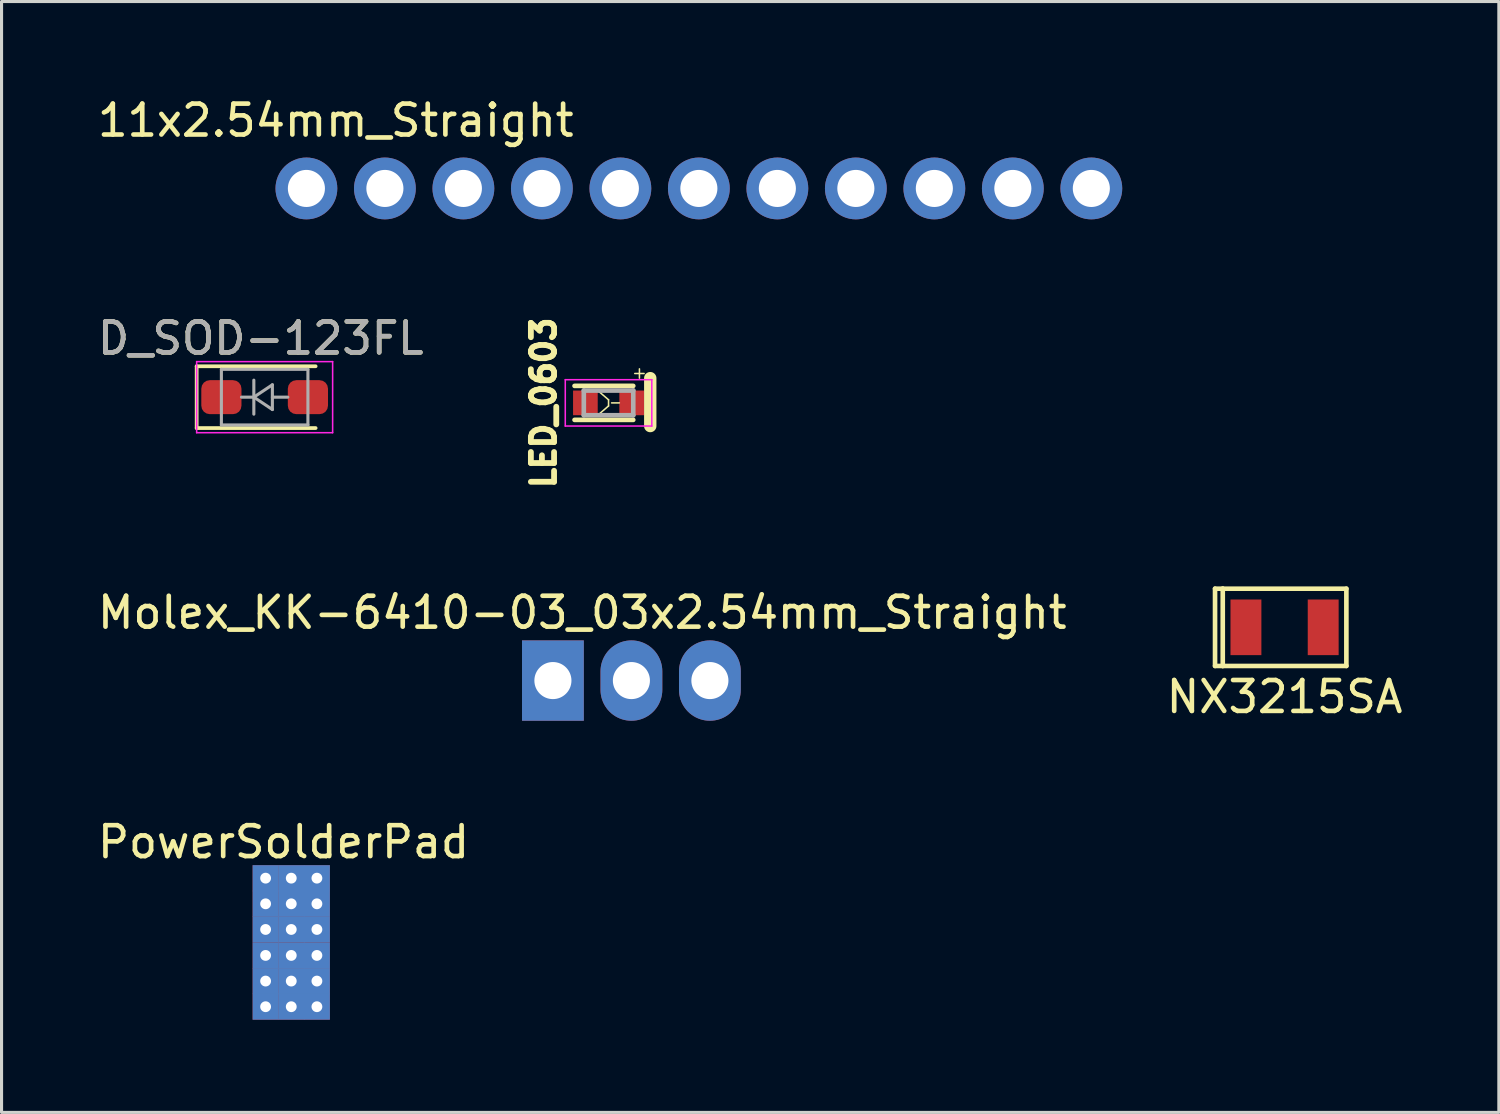
<source format=kicad_pcb>
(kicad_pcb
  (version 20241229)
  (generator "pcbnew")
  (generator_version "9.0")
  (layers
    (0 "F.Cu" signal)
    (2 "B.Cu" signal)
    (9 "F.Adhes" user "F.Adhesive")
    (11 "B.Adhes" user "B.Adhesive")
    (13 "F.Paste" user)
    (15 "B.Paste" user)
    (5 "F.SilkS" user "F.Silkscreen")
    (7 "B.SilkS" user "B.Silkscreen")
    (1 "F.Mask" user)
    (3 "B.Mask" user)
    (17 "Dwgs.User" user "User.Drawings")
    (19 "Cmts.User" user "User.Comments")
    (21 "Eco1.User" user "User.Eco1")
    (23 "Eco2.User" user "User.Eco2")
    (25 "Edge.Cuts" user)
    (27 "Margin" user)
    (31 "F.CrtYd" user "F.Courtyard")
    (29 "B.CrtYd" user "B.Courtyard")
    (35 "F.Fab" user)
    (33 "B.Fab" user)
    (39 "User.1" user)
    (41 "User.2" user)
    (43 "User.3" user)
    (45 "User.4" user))
  (footprint "D_SOD-123FL"
    (layer "F.Cu")
    (at 5.514 9.802)
    (property "Reference" "D_SOD-123FL" (at -0.127 -1.905 0) (layer "F.SilkS") (effects (font (size 1 1) (thickness 0.15))))
    (attr smd)
    (fp_line (start -2.2 -1) (end -2.2 1) (stroke (width 0.12) (type solid)) (layer "F.SilkS"))
    (fp_line (start -2.2 -1) (end 1.65 -1) (stroke (width 0.12) (type solid)) (layer "F.SilkS"))
    (fp_line (start -2.2 1) (end 1.65 1) (stroke (width 0.12) (type solid)) (layer "F.SilkS"))
    (fp_line (start -2.2 -1.15) (end -2.2 1.15) (stroke (width 0.05) (type solid)) (layer "F.CrtYd"))
    (fp_line (start -2.2 -1.15) (end 2.2 -1.15) (stroke (width 0.05) (type solid)) (layer "F.CrtYd"))
    (fp_line (start 2.2 -1.15) (end 2.2 1.15) (stroke (width 0.05) (type solid)) (layer "F.CrtYd"))
    (fp_line (start 2.2 1.15) (end -2.2 1.15) (stroke (width 0.05) (type solid)) (layer "F.CrtYd"))
    (fp_line (start -1.4 -0.9) (end 1.4 -0.9) (stroke (width 0.1) (type solid)) (layer "F.Fab"))
    (fp_line (start -1.4 0.9) (end -1.4 -0.9) (stroke (width 0.1) (type solid)) (layer "F.Fab"))
    (fp_line (start -0.75 0) (end -0.35 0) (stroke (width 0.1) (type solid)) (layer "F.Fab"))
    (fp_line (start -0.35 0) (end -0.35 -0.55) (stroke (width 0.1) (type solid)) (layer "F.Fab"))
    (fp_line (start -0.35 0) (end -0.35 0.55) (stroke (width 0.1) (type solid)) (layer "F.Fab"))
    (fp_line (start -0.35 0) (end 0.25 -0.4) (stroke (width 0.1) (type solid)) (layer "F.Fab"))
    (fp_line (start 0.25 -0.4) (end 0.25 0.4) (stroke (width 0.1) (type solid)) (layer "F.Fab"))
    (fp_line (start 0.25 0) (end 0.75 0) (stroke (width 0.1) (type solid)) (layer "F.Fab"))
    (fp_line (start 0.25 0.4) (end -0.35 0) (stroke (width 0.1) (type solid)) (layer "F.Fab"))
    (fp_line (start 1.4 -0.9) (end 1.4 0.9) (stroke (width 0.1) (type solid)) (layer "F.Fab"))
    (fp_line (start 1.4 0.9) (end -1.4 0.9) (stroke (width 0.1) (type solid)) (layer "F.Fab"))
    (fp_text user "${REFERENCE}" (at -0.127 -1.905 0) (layer "F.Fab") (effects (font (size 1 1) (thickness 0.15))))
    (pad "1" smd roundrect (at -1.4 0) (size 1.3 1.1) (layers "F.Cu" "F.Mask" "F.Paste") (roundrect_rratio 0.25))
    (pad "2" smd roundrect (at 1.4 0) (size 1.3 1.1) (layers "F.Cu" "F.Mask" "F.Paste") (roundrect_rratio 0.25)))
  (footprint "NX3215SA"
    (layer "F.Cu")
    (at 38.518 17.25)
    (property "Reference" "NX3215SA" (at 0 2.25 0) (layer "F.SilkS") (effects (font (size 1 1) (thickness 0.15))))
    (attr through_hole)
    (fp_line (start -2.25 -1.25) (end -2.25 1.25) (stroke (width 0.15) (type solid)) (layer "F.SilkS"))
    (fp_line (start -2.25 -1.25) (end -2 -1.25) (stroke (width 0.15) (type solid)) (layer "F.SilkS"))
    (fp_line (start -2.25 1.25) (end -2 1.25) (stroke (width 0.15) (type solid)) (layer "F.SilkS"))
    (fp_line (start -2 -1.25) (end 2 -1.25) (stroke (width 0.15) (type solid)) (layer "F.SilkS"))
    (fp_line (start -2 1.25) (end -2 -1.25) (stroke (width 0.15) (type solid)) (layer "F.SilkS"))
    (fp_line (start 2 -1.25) (end 2 1.25) (stroke (width 0.15) (type solid)) (layer "F.SilkS"))
    (fp_line (start 2 1.25) (end -2 1.25) (stroke (width 0.15) (type solid)) (layer "F.SilkS"))
    (pad "1" smd rect (at -1.25 0) (size 1 1.8) (layers "F.Cu" "F.Mask" "F.Paste"))
    (pad "2" smd rect (at 1.25 0) (size 1 1.8) (layers "F.Cu" "F.Mask" "F.Paste")))
  (footprint "PowerSolderPad"
    (layer "F.Cu")
    (at 6.375 27.447)
    (property "Reference" "PowerSolderPad" (at -0.25 -3.25 0) (layer "F.SilkS") (effects (font (size 1 1) (thickness 0.15))))
    (attr through_hole)
    (pad "1" thru_hole rect (at -0.83 -2.08) (size 0.84 0.84) (drill 0.35) (layers "*.Cu" "*.Mask"))
    (pad "1" thru_hole rect (at -0.83 -1.25) (size 0.84 0.84) (drill 0.35) (layers "*.Cu" "*.Mask"))
    (pad "1" thru_hole rect (at -0.83 -0.42) (size 0.84 0.84) (drill 0.35) (layers "*.Cu" "*.Mask"))
    (pad "1" thru_hole rect (at -0.83 0.42) (size 0.84 0.84) (drill 0.35) (layers "*.Cu" "*.Mask"))
    (pad "1" thru_hole rect (at -0.83 1.25) (size 0.84 0.84) (drill 0.35) (layers "*.Cu" "*.Mask"))
    (pad "1" thru_hole rect (at -0.83 2.08) (size 0.84 0.84) (drill 0.35) (layers "*.Cu" "*.Mask"))
    (pad "1" thru_hole rect (at 0 -2.08) (size 0.84 0.84) (drill 0.35) (layers "*.Cu" "*.Mask"))
    (pad "1" thru_hole rect (at 0 -1.25) (size 0.84 0.84) (drill 0.35) (layers "*.Cu" "*.Mask"))
    (pad "1" thru_hole rect (at 0 -0.42) (size 0.84 0.84) (drill 0.35) (layers "*.Cu" "*.Mask"))
    (pad "1" thru_hole rect (at 0 0.42) (size 0.84 0.84) (drill 0.35) (layers "*.Cu" "*.Mask"))
    (pad "1" thru_hole rect (at 0 1.25) (size 0.84 0.84) (drill 0.35) (layers "*.Cu" "*.Mask"))
    (pad "1" thru_hole rect (at 0 2.08) (size 0.84 0.84) (drill 0.35) (layers "*.Cu" "*.Mask"))
    (pad "1" thru_hole rect (at 0.83 -2.08) (size 0.84 0.84) (drill 0.35) (layers "*.Cu" "*.Mask"))
    (pad "1" thru_hole rect (at 0.83 -1.25) (size 0.84 0.84) (drill 0.35) (layers "*.Cu" "*.Mask"))
    (pad "1" thru_hole rect (at 0.83 -0.42) (size 0.84 0.84) (drill 0.35) (layers "*.Cu" "*.Mask"))
    (pad "1" thru_hole rect (at 0.83 0.42) (size 0.84 0.84) (drill 0.35) (layers "*.Cu" "*.Mask"))
    (pad "1" thru_hole rect (at 0.83 1.25) (size 0.84 0.84) (drill 0.35) (layers "*.Cu" "*.Mask"))
    (pad "1" thru_hole rect (at 0.83 2.08) (size 0.84 0.84) (drill 0.35) (layers "*.Cu" "*.Mask")))
  (footprint "Molex_KK-6410-03_03x2.54mm_Straight"
    (layer "F.Cu")
    (at 14.842 18.973)
    (property "Reference" "Molex_KK-6410-03_03x2.54mm_Straight" (at 0.95 -2.2 0) (layer "F.SilkS") (effects (font (size 1 1) (thickness 0.15))))
    (attr through_hole)
    (pad "1" thru_hole rect (at 0 0) (size 2 2.6) (drill 1.2) (layers "*.Cu" "*.Mask"))
    (pad "2" thru_hole oval (at 2.54 0) (size 2 2.6) (drill 1.2) (layers "*.Cu" "*.Mask"))
    (pad "3" thru_hole oval (at 5.08 0) (size 2 2.6) (drill 1.2) (layers "*.Cu" "*.Mask")))
  (footprint "LED_0603"
    (layer "F.Cu")
    (at 16.642 9.987)
    (property "Reference" "LED_0603" (at -2.1 0 90) (layer "F.SilkS") (effects (font (size 0.75 0.75) (thickness 0.188))))
    (attr smd)
    (fp_line (start -1.1 -0.55) (end 0.8 -0.55) (stroke (width 0.15) (type solid)) (layer "F.SilkS"))
    (fp_line (start -1.1 0.55) (end 0.8 0.55) (stroke (width 0.15) (type solid)) (layer "F.SilkS"))
    (fp_line (start 0 -0.1) (end -0.35 -0.4) (stroke (width 0.05) (type solid)) (layer "F.SilkS"))
    (fp_line (start 0 0.1) (end -0.35 0.4) (stroke (width 0.05) (type solid)) (layer "F.SilkS"))
    (fp_line (start 0 0.1) (end 0 -0.1) (stroke (width 0.05) (type solid)) (layer "F.SilkS"))
    (fp_line (start 0.1 0) (end 0.35 0) (stroke (width 0.05) (type solid)) (layer "F.SilkS"))
    (fp_line (start 1 -1.1) (end 1 -0.8) (stroke (width 0.05) (type solid)) (layer "F.SilkS"))
    (fp_line (start 1.15 -0.95) (end 0.85 -0.95) (stroke (width 0.05) (type solid)) (layer "F.SilkS"))
    (fp_line (start 1.35 -0.8) (end 1.35 0.75) (stroke (width 0.4) (type solid)) (layer "F.SilkS"))
    (fp_line (start -1.4 -0.75) (end 1.4 -0.75) (stroke (width 0.05) (type solid)) (layer "F.CrtYd"))
    (fp_line (start -1.4 0.75) (end -1.4 -0.75) (stroke (width 0.05) (type solid)) (layer "F.CrtYd"))
    (fp_line (start 1.4 -0.75) (end 1.4 0.75) (stroke (width 0.05) (type solid)) (layer "F.CrtYd"))
    (fp_line (start 1.4 0.75) (end -1.4 0.75) (stroke (width 0.05) (type solid)) (layer "F.CrtYd"))
    (fp_line (start -0.8 -0.4) (end 0.8 -0.4) (stroke (width 0.15) (type solid)) (layer "F.Fab"))
    (fp_line (start -0.8 0.4) (end -0.8 -0.4) (stroke (width 0.15) (type solid)) (layer "F.Fab"))
    (fp_line (start 0.8 -0.4) (end 0.8 0.4) (stroke (width 0.15) (type solid)) (layer "F.Fab"))
    (fp_line (start 0.8 0.4) (end -0.8 0.4) (stroke (width 0.15) (type solid)) (layer "F.Fab"))
    (pad "1" smd rect (at -0.749 0 180) (size 0.798 0.798) (layers "F.Cu" "F.Mask" "F.Paste"))
    (pad "2" smd rect (at 0.749 0 180) (size 0.798 0.798) (layers "F.Cu" "F.Mask" "F.Paste")))
  (footprint "11x2.54mm_Straight"
    (layer "F.Cu")
    (at 6.865 3.048)
    (property "Reference" "11x2.54mm_Straight" (at 0.95 -2.2 0) (layer "F.SilkS") (effects (font (size 1 1) (thickness 0.15))))
    (attr through_hole)
    (pad "1" thru_hole circle (at 0 0) (size 2 2) (drill 1.2) (layers "*.Cu" "*.Mask"))
    (pad "2" thru_hole circle (at 2.54 0) (size 2 2) (drill 1.2) (layers "*.Cu" "*.Mask"))
    (pad "3" thru_hole circle (at 5.08 0) (size 2 2) (drill 1.2) (layers "*.Cu" "*.Mask"))
    (pad "4" thru_hole circle (at 7.62 0) (size 2 2) (drill 1.2) (layers "*.Cu" "*.Mask"))
    (pad "5" thru_hole circle (at 10.16 0) (size 2 2) (drill 1.2) (layers "*.Cu" "*.Mask"))
    (pad "6" thru_hole circle (at 12.7 0) (size 2 2) (drill 1.2) (layers "*.Cu" "*.Mask"))
    (pad "7" thru_hole circle (at 15.24 0) (size 2 2) (drill 1.2) (layers "*.Cu" "*.Mask"))
    (pad "8" thru_hole circle (at 17.78 0) (size 2 2) (drill 1.2) (layers "*.Cu" "*.Mask"))
    (pad "9" thru_hole circle (at 20.32 0) (size 2 2) (drill 1.2) (layers "*.Cu" "*.Mask"))
    (pad "10" thru_hole circle (at 22.86 0) (size 2 2) (drill 1.2) (layers "*.Cu" "*.Mask"))
    (pad "11" thru_hole circle (at 25.4 0) (size 2 2) (drill 1.2) (layers "*.Cu" "*.Mask")))
  (gr_rect
    (start -3 -3)
    (end 45.452 32.947)
    (stroke (width 0.1) (type default))
    (fill no)
    (layer "Edge.Cuts")))
</source>
